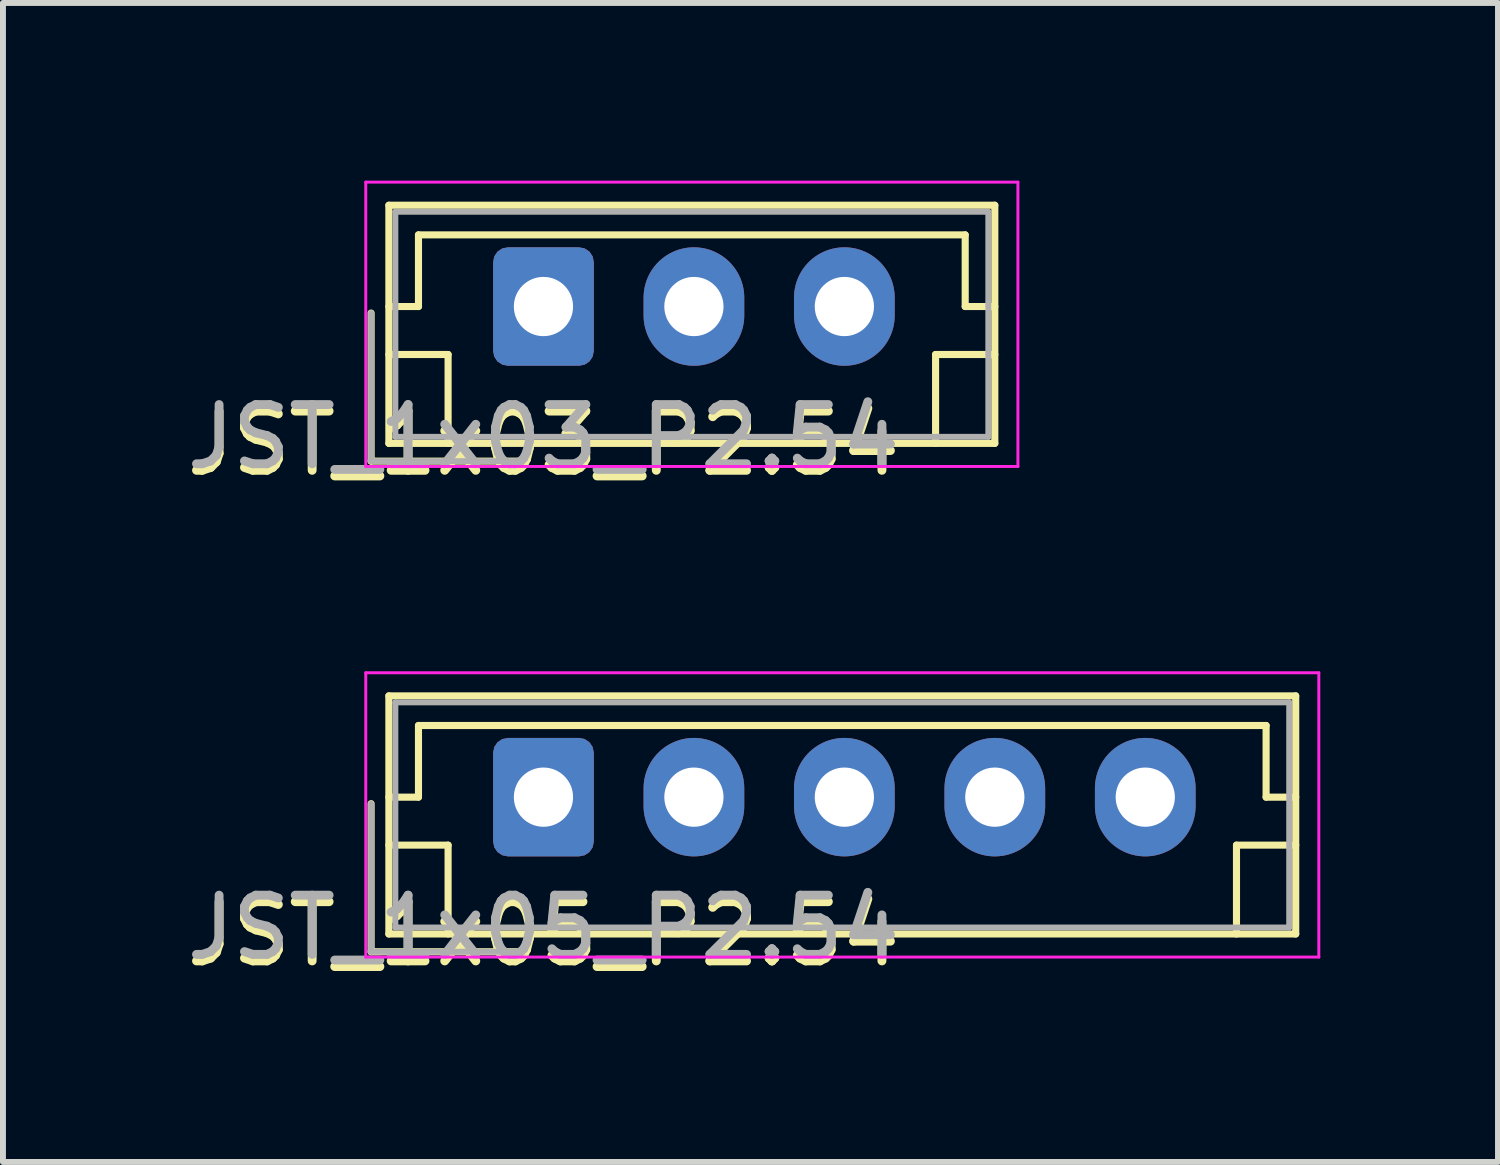
<source format=kicad_pcb>
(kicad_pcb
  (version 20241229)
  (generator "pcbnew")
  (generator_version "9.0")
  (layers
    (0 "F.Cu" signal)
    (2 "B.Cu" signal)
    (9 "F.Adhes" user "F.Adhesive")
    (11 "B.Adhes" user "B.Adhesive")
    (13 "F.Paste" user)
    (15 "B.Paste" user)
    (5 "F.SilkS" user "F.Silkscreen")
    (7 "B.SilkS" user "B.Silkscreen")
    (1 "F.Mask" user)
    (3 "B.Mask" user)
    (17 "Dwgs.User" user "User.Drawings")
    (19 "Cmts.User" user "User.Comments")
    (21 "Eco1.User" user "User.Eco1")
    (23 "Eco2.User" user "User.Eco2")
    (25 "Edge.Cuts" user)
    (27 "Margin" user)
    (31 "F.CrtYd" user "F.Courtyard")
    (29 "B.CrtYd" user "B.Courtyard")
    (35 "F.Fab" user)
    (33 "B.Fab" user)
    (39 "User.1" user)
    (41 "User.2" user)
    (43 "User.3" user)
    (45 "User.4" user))
  (footprint "JST_1x03_P2.54"
    (layer "F.Cu")
    (at 6.125 2.125)
    (property "Reference" "JST_1x03_P2.54" (at 0 2.31 0) (unlocked yes) (layer "F.SilkS") (effects (font (size 1 1) (thickness 0.15))))
    (attr through_hole)
    (fp_line (start -2.91 0.11) (end -2.91 2.61) (stroke (width 0.12) (type solid)) (layer "F.SilkS"))
    (fp_line (start -2.91 2.61) (end -0.41 2.61) (stroke (width 0.12) (type solid)) (layer "F.SilkS"))
    (fp_line (start -2.61 -1.71) (end -2.61 2.31) (stroke (width 0.12) (type solid)) (layer "F.SilkS"))
    (fp_line (start -2.61 0) (end -2.11 0) (stroke (width 0.12) (type solid)) (layer "F.SilkS"))
    (fp_line (start -2.61 0.81) (end -1.61 0.81) (stroke (width 0.12) (type solid)) (layer "F.SilkS"))
    (fp_line (start -2.61 2.31) (end 7.62 2.31) (stroke (width 0.12) (type solid)) (layer "F.SilkS"))
    (fp_line (start -2.11 -1.21) (end 7.12 -1.21) (stroke (width 0.12) (type solid)) (layer "F.SilkS"))
    (fp_line (start -2.11 0) (end -2.11 -1.21) (stroke (width 0.12) (type solid)) (layer "F.SilkS"))
    (fp_line (start -1.61 0.81) (end -1.61 2.31) (stroke (width 0.12) (type solid)) (layer "F.SilkS"))
    (fp_line (start 6.62 0.81) (end 6.62 2.31) (stroke (width 0.12) (type solid)) (layer "F.SilkS"))
    (fp_line (start 7.12 -1.21) (end 7.12 0) (stroke (width 0.12) (type solid)) (layer "F.SilkS"))
    (fp_line (start 7.12 0) (end 7.62 0) (stroke (width 0.12) (type solid)) (layer "F.SilkS"))
    (fp_line (start 7.62 -1.71) (end -2.61 -1.71) (stroke (width 0.12) (type solid)) (layer "F.SilkS"))
    (fp_line (start 7.62 0.81) (end 6.62 0.81) (stroke (width 0.12) (type solid)) (layer "F.SilkS"))
    (fp_line (start 7.62 2.31) (end 7.62 -1.71) (stroke (width 0.12) (type solid)) (layer "F.SilkS"))
    (fp_line (start -3 -2.1) (end -3 2.7) (stroke (width 0.05) (type solid)) (layer "F.CrtYd"))
    (fp_line (start -3 2.7) (end 8.01 2.7) (stroke (width 0.05) (type solid)) (layer "F.CrtYd"))
    (fp_line (start 8.01 -2.1) (end -3 -2.1) (stroke (width 0.05) (type solid)) (layer "F.CrtYd"))
    (fp_line (start 8.01 2.7) (end 8.01 -2.1) (stroke (width 0.05) (type solid)) (layer "F.CrtYd"))
    (fp_line (start -2.91 0.11) (end -2.91 2.61) (stroke (width 0.1) (type solid)) (layer "F.Fab"))
    (fp_line (start -2.91 2.61) (end -0.41 2.61) (stroke (width 0.1) (type solid)) (layer "F.Fab"))
    (fp_line (start -2.5 -1.6) (end -2.5 2.2) (stroke (width 0.1) (type solid)) (layer "F.Fab"))
    (fp_line (start -2.5 2.2) (end 7.51 2.2) (stroke (width 0.1) (type solid)) (layer "F.Fab"))
    (fp_line (start 7.51 -1.6) (end -2.5 -1.6) (stroke (width 0.1) (type solid)) (layer "F.Fab"))
    (fp_line (start 7.51 2.2) (end 7.51 -1.6) (stroke (width 0.1) (type solid)) (layer "F.Fab"))
    (fp_text user "${REFERENCE}" (at 0 2.2 0) (layer "F.Fab") (effects (font (size 1 1) (thickness 0.15))))
    (pad "1" thru_hole roundrect (at 0 0) (size 1.7 2) (drill 1) (layers "*.Cu" "*.Mask") (roundrect_rratio 0.147))
    (pad "2" thru_hole oval (at 2.54 0) (size 1.7 2) (drill 1) (layers "*.Cu" "*.Mask"))
    (pad "3" thru_hole oval (at 5.08 0) (size 1.7 2) (drill 1) (layers "*.Cu" "*.Mask")))
  (footprint "JST_1x05_P2.54"
    (layer "F.Cu")
    (at 6.125 10.408)
    (property "Reference" "JST_1x05_P2.54" (at 0 2.31 0) (unlocked yes) (layer "F.SilkS") (effects (font (size 1 1) (thickness 0.15))))
    (attr through_hole)
    (fp_line (start -2.91 0.11) (end -2.91 2.61) (stroke (width 0.12) (type solid)) (layer "F.SilkS"))
    (fp_line (start -2.91 2.61) (end -0.41 2.61) (stroke (width 0.12) (type solid)) (layer "F.SilkS"))
    (fp_line (start -2.61 -1.71) (end -2.61 2.31) (stroke (width 0.12) (type solid)) (layer "F.SilkS"))
    (fp_line (start -2.61 0) (end -2.11 0) (stroke (width 0.12) (type solid)) (layer "F.SilkS"))
    (fp_line (start -2.61 0.81) (end -1.61 0.81) (stroke (width 0.12) (type solid)) (layer "F.SilkS"))
    (fp_line (start -2.61 2.31) (end 12.7 2.31) (stroke (width 0.12) (type solid)) (layer "F.SilkS"))
    (fp_line (start -2.11 -1.21) (end 12.2 -1.21) (stroke (width 0.12) (type solid)) (layer "F.SilkS"))
    (fp_line (start -2.11 0) (end -2.11 -1.21) (stroke (width 0.12) (type solid)) (layer "F.SilkS"))
    (fp_line (start -1.61 0.81) (end -1.61 2.31) (stroke (width 0.12) (type solid)) (layer "F.SilkS"))
    (fp_line (start 11.7 0.81) (end 11.7 2.31) (stroke (width 0.12) (type solid)) (layer "F.SilkS"))
    (fp_line (start 12.2 -1.21) (end 12.2 0) (stroke (width 0.12) (type solid)) (layer "F.SilkS"))
    (fp_line (start 12.2 0) (end 12.7 0) (stroke (width 0.12) (type solid)) (layer "F.SilkS"))
    (fp_line (start 12.7 -1.71) (end -2.61 -1.71) (stroke (width 0.12) (type solid)) (layer "F.SilkS"))
    (fp_line (start 12.7 0.81) (end 11.7 0.81) (stroke (width 0.12) (type solid)) (layer "F.SilkS"))
    (fp_line (start 12.7 2.31) (end 12.7 -1.71) (stroke (width 0.12) (type solid)) (layer "F.SilkS"))
    (fp_line (start -3 -2.1) (end -3 2.7) (stroke (width 0.05) (type solid)) (layer "F.CrtYd"))
    (fp_line (start -3 2.7) (end 13.09 2.7) (stroke (width 0.05) (type solid)) (layer "F.CrtYd"))
    (fp_line (start 13.09 -2.1) (end -3 -2.1) (stroke (width 0.05) (type solid)) (layer "F.CrtYd"))
    (fp_line (start 13.09 2.7) (end 13.09 -2.1) (stroke (width 0.05) (type solid)) (layer "F.CrtYd"))
    (fp_line (start -2.91 0.11) (end -2.91 2.61) (stroke (width 0.1) (type solid)) (layer "F.Fab"))
    (fp_line (start -2.91 2.61) (end -0.41 2.61) (stroke (width 0.1) (type solid)) (layer "F.Fab"))
    (fp_line (start -2.5 -1.6) (end -2.5 2.2) (stroke (width 0.1) (type solid)) (layer "F.Fab"))
    (fp_line (start -2.5 2.2) (end 12.59 2.2) (stroke (width 0.1) (type solid)) (layer "F.Fab"))
    (fp_line (start 12.59 -1.6) (end -2.5 -1.6) (stroke (width 0.1) (type solid)) (layer "F.Fab"))
    (fp_line (start 12.59 2.2) (end 12.59 -1.6) (stroke (width 0.1) (type solid)) (layer "F.Fab"))
    (fp_text user "${REFERENCE}" (at 0 2.2 0) (layer "F.Fab") (effects (font (size 1 1) (thickness 0.15))))
    (pad "1" thru_hole roundrect (at 0 0) (size 1.7 2) (drill 1) (layers "*.Cu" "*.Mask") (roundrect_rratio 0.147))
    (pad "2" thru_hole oval (at 2.54 0) (size 1.7 2) (drill 1) (layers "*.Cu" "*.Mask"))
    (pad "3" thru_hole oval (at 5.08 0) (size 1.7 2) (drill 1) (layers "*.Cu" "*.Mask"))
    (pad "4" thru_hole oval (at 7.62 0) (size 1.7 2) (drill 1) (layers "*.Cu" "*.Mask"))
    (pad "5" thru_hole oval (at 10.16 0) (size 1.7 2) (drill 1) (layers "*.Cu" "*.Mask")))
  (gr_rect
    (start -3 -3)
    (end 22.24 16.567)
    (stroke (width 0.1) (type default))
    (fill no)
    (layer "Edge.Cuts")))
</source>
